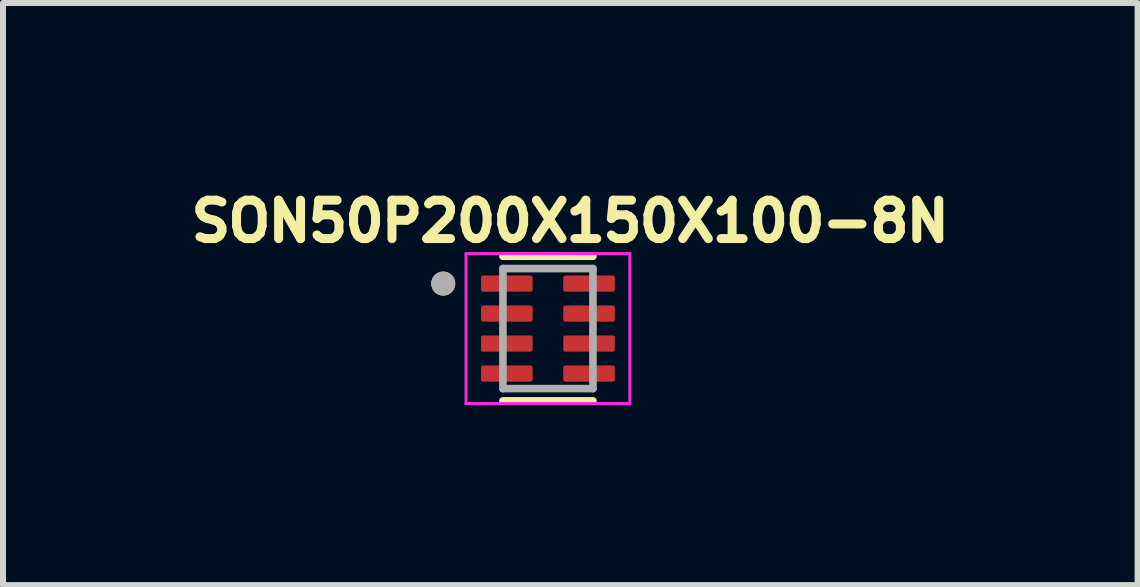
<source format=kicad_pcb>
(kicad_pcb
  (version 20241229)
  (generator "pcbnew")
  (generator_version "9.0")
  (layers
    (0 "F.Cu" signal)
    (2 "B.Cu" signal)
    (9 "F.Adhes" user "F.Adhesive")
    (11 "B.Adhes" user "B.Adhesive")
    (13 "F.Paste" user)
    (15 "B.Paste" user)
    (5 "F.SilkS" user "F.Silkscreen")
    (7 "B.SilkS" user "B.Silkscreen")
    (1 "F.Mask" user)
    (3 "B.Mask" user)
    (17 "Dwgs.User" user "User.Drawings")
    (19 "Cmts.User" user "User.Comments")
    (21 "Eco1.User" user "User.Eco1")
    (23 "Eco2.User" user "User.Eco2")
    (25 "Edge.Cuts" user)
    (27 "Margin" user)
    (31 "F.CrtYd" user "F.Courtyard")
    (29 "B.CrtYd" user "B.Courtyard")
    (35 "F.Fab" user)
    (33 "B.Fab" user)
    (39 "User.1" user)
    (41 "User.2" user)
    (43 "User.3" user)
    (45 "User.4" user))
  (footprint "SON50P200X150X100-8N"
    (layer "F.Cu")
    (at 6.082 2.426)
    (property "Reference" "SON50P200X150X100-8N" (at 0.372 -1.788 0) (layer "F.SilkS") (effects (font (size 0.64 0.64) (thickness 0.15))))
    (attr smd)
    (fp_line (start -0.75 -1.205) (end 0.75 -1.205) (stroke (width 0.127) (type solid)) (layer "F.SilkS"))
    (fp_line (start -0.75 1.205) (end 0.75 1.205) (stroke (width 0.127) (type solid)) (layer "F.SilkS"))
    (fp_circle (center -1.745 -0.75) (end -1.645 -0.75) (stroke (width 0.2) (type solid)) (fill no) (layer "F.SilkS"))
    (fp_line (start -1.365 -1.25) (end -1.365 1.25) (stroke (width 0.05) (type solid)) (layer "F.CrtYd"))
    (fp_line (start -1.365 -1.25) (end 1.365 -1.25) (stroke (width 0.05) (type solid)) (layer "F.CrtYd"))
    (fp_line (start -1.365 1.25) (end 1.365 1.25) (stroke (width 0.05) (type solid)) (layer "F.CrtYd"))
    (fp_line (start 1.365 -1.25) (end 1.365 1.25) (stroke (width 0.05) (type solid)) (layer "F.CrtYd"))
    (fp_line (start -0.75 -1) (end -0.75 1) (stroke (width 0.127) (type solid)) (layer "F.Fab"))
    (fp_line (start -0.75 -1) (end 0.75 -1) (stroke (width 0.127) (type solid)) (layer "F.Fab"))
    (fp_line (start -0.75 1) (end 0.75 1) (stroke (width 0.127) (type solid)) (layer "F.Fab"))
    (fp_line (start 0.75 -1) (end 0.75 1) (stroke (width 0.127) (type solid)) (layer "F.Fab"))
    (fp_circle (center -1.745 -0.75) (end -1.645 -0.75) (stroke (width 0.2) (type solid)) (fill no) (layer "F.Fab"))
    (pad "1" smd roundrect (at -0.685 -0.75) (size 0.86 0.27) (layers "F.Cu" "F.Mask" "F.Paste") (roundrect_rratio 0.125))
    (pad "2" smd roundrect (at -0.685 -0.25) (size 0.86 0.27) (layers "F.Cu" "F.Mask" "F.Paste") (roundrect_rratio 0.125))
    (pad "3" smd roundrect (at -0.685 0.25) (size 0.86 0.27) (layers "F.Cu" "F.Mask" "F.Paste") (roundrect_rratio 0.125))
    (pad "4" smd roundrect (at -0.685 0.75) (size 0.86 0.27) (layers "F.Cu" "F.Mask" "F.Paste") (roundrect_rratio 0.125))
    (pad "5" smd roundrect (at 0.685 0.75) (size 0.86 0.27) (layers "F.Cu" "F.Mask" "F.Paste") (roundrect_rratio 0.125))
    (pad "6" smd roundrect (at 0.685 0.25) (size 0.86 0.27) (layers "F.Cu" "F.Mask" "F.Paste") (roundrect_rratio 0.125))
    (pad "7" smd roundrect (at 0.685 -0.25) (size 0.86 0.27) (layers "F.Cu" "F.Mask" "F.Paste") (roundrect_rratio 0.125))
    (pad "8" smd roundrect (at 0.685 -0.75) (size 0.86 0.27) (layers "F.Cu" "F.Mask" "F.Paste") (roundrect_rratio 0.125)))
  (gr_rect
    (start -3 -3)
    (end 15.909 6.701)
    (stroke (width 0.1) (type default))
    (fill no)
    (layer "Edge.Cuts")))
</source>
